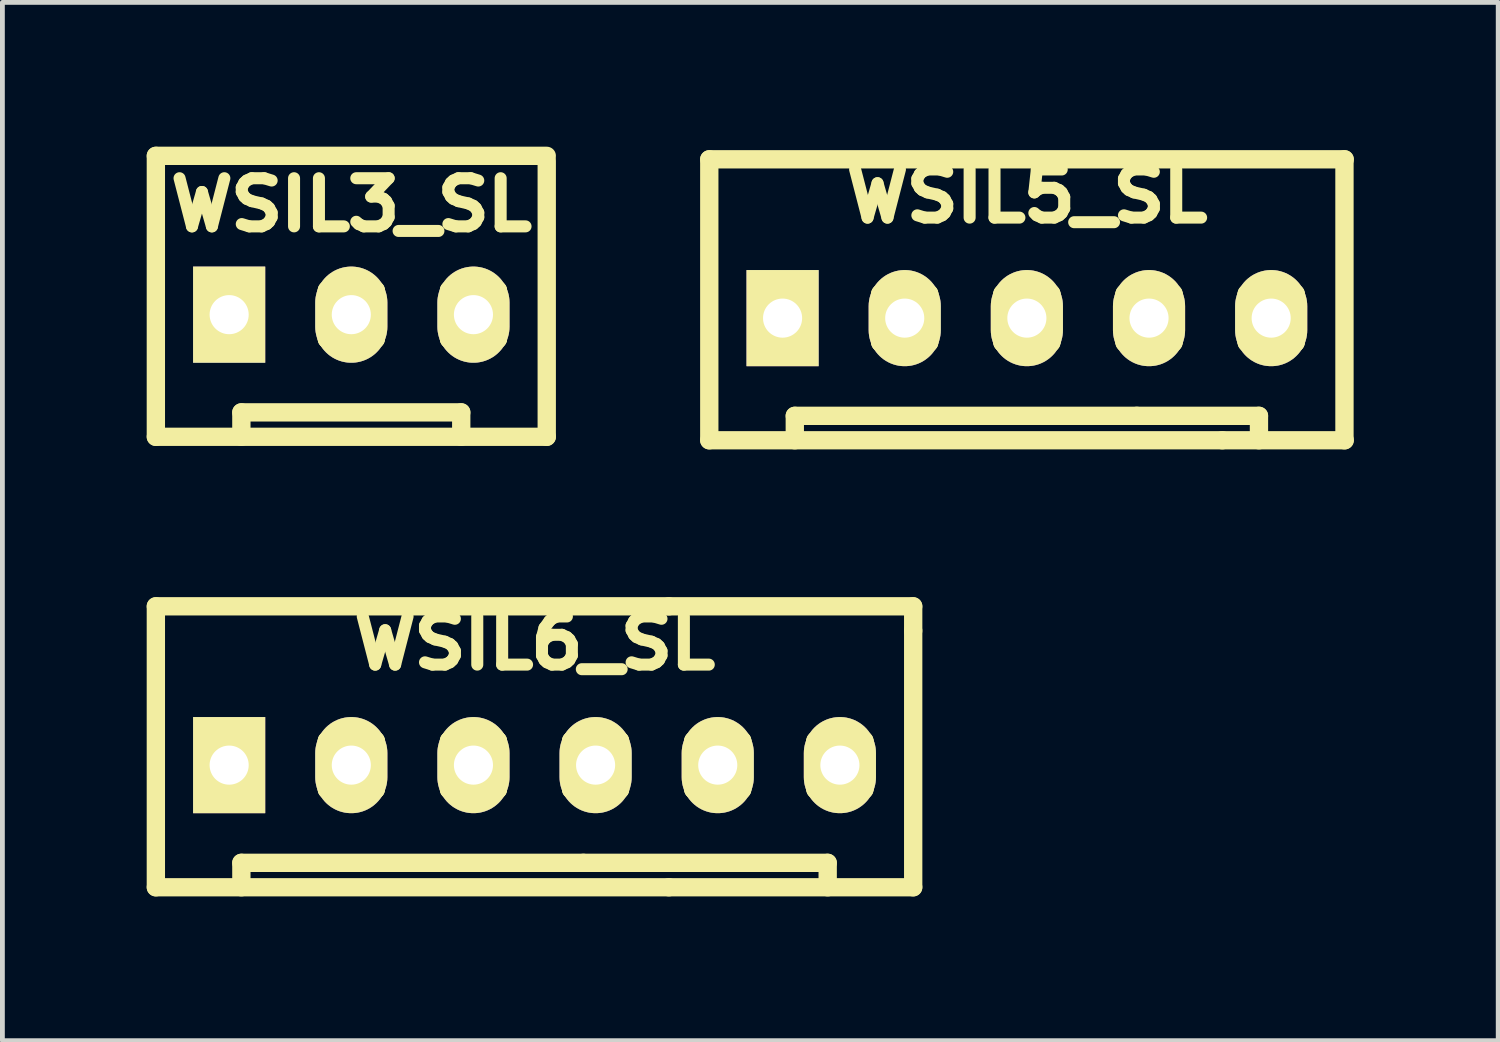
<source format=kicad_pcb>
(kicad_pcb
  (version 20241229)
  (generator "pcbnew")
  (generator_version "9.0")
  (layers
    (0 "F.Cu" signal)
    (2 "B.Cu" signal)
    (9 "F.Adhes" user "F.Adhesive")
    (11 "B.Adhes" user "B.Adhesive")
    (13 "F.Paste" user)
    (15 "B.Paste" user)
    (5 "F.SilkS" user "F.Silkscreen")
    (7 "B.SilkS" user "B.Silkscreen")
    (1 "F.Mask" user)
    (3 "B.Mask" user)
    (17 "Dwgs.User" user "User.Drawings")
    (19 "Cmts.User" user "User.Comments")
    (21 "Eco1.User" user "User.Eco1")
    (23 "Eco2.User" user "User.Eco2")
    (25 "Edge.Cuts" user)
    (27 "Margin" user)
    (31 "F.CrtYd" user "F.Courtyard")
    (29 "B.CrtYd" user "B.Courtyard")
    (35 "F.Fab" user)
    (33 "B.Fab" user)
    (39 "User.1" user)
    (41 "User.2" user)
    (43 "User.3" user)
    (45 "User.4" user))
  (footprint "WSIL5_SL"
    (layer "F.Cu")
    (at 18.303 3.565)
    (property "Reference" "WSIL5_SL" (at 0 -2.54 0) (layer "F.SilkS") (effects (font (size 1.001 1.087) (thickness 0.25))))
    (attr through_hole)
    (fp_line (start -6.604 -3.302) (end 6.61 -3.302) (stroke (width 0.381) (type solid)) (layer "F.SilkS"))
    (fp_line (start -6.604 2.54) (end -6.604 -3.302) (stroke (width 0.381) (type solid)) (layer "F.SilkS"))
    (fp_line (start -5.588 -0.508) (end -5.588 0.508) (stroke (width 0.381) (type solid)) (layer "F.SilkS"))
    (fp_line (start -5.588 0.508) (end -4.572 0.508) (stroke (width 0.381) (type solid)) (layer "F.SilkS"))
    (fp_line (start -4.826 2.032) (end 2.286 2.032) (stroke (width 0.381) (type solid)) (layer "F.SilkS"))
    (fp_line (start -4.826 2.54) (end -4.826 2.032) (stroke (width 0.381) (type solid)) (layer "F.SilkS"))
    (fp_line (start -4.572 -0.508) (end -5.588 -0.508) (stroke (width 0.381) (type solid)) (layer "F.SilkS"))
    (fp_line (start -4.572 0.508) (end -4.572 -0.508) (stroke (width 0.381) (type solid)) (layer "F.SilkS"))
    (fp_line (start -3.048 -0.508) (end -3.048 0.508) (stroke (width 0.381) (type solid)) (layer "F.SilkS"))
    (fp_line (start -3.048 -0.508) (end -2.032 -0.508) (stroke (width 0.381) (type solid)) (layer "F.SilkS"))
    (fp_line (start -2.032 -0.508) (end -2.032 0.508) (stroke (width 0.381) (type solid)) (layer "F.SilkS"))
    (fp_line (start -2.032 0.508) (end -3.048 0.508) (stroke (width 0.381) (type solid)) (layer "F.SilkS"))
    (fp_line (start -0.508 -0.508) (end -0.508 0.508) (stroke (width 0.381) (type solid)) (layer "F.SilkS"))
    (fp_line (start -0.508 0.508) (end 0.508 0.508) (stroke (width 0.381) (type solid)) (layer "F.SilkS"))
    (fp_line (start 0.508 -0.508) (end -0.508 -0.508) (stroke (width 0.381) (type solid)) (layer "F.SilkS"))
    (fp_line (start 0.508 0.508) (end 0.508 -0.508) (stroke (width 0.381) (type solid)) (layer "F.SilkS"))
    (fp_line (start 2.032 -0.508) (end 2.032 0.508) (stroke (width 0.381) (type solid)) (layer "F.SilkS"))
    (fp_line (start 2.032 0.508) (end 3.048 0.508) (stroke (width 0.381) (type solid)) (layer "F.SilkS"))
    (fp_line (start 2.286 2.032) (end 4.826 2.032) (stroke (width 0.381) (type solid)) (layer "F.SilkS"))
    (fp_line (start 3.048 -0.508) (end 2.032 -0.508) (stroke (width 0.381) (type solid)) (layer "F.SilkS"))
    (fp_line (start 3.048 0.508) (end 3.048 -0.508) (stroke (width 0.381) (type solid)) (layer "F.SilkS"))
    (fp_line (start 4.064 2.54) (end -6.604 2.54) (stroke (width 0.381) (type solid)) (layer "F.SilkS"))
    (fp_line (start 4.064 2.54) (end 6.61 2.54) (stroke (width 0.381) (type solid)) (layer "F.SilkS"))
    (fp_line (start 4.572 -0.508) (end 5.588 -0.508) (stroke (width 0.381) (type solid)) (layer "F.SilkS"))
    (fp_line (start 4.572 0.508) (end 4.572 -0.508) (stroke (width 0.381) (type solid)) (layer "F.SilkS"))
    (fp_line (start 4.826 2.032) (end 4.826 2.54) (stroke (width 0.381) (type solid)) (layer "F.SilkS"))
    (fp_line (start 5.588 -0.508) (end 5.588 0.508) (stroke (width 0.381) (type solid)) (layer "F.SilkS"))
    (fp_line (start 5.588 0.508) (end 4.572 0.508) (stroke (width 0.381) (type solid)) (layer "F.SilkS"))
    (fp_line (start 6.604 -3.302) (end 6.604 2.54) (stroke (width 0.381) (type solid)) (layer "F.SilkS"))
    (pad "1" thru_hole rect (at -5.08 0) (size 1.5 1.999) (drill 0.813) (layers "*.Cu" "*.Mask" "F.SilkS"))
    (pad "2" thru_hole oval (at -2.54 0) (size 1.5 1.999) (drill 0.813) (layers "*.Cu" "*.Mask" "F.SilkS"))
    (pad "3" thru_hole oval (at 0 0) (size 1.5 1.999) (drill 0.813) (layers "*.Cu" "*.Mask" "F.SilkS"))
    (pad "4" thru_hole oval (at 2.54 0) (size 1.5 1.999) (drill 0.813) (layers "*.Cu" "*.Mask" "F.SilkS"))
    (pad "5" thru_hole oval (at 5.08 0) (size 1.5 1.999) (drill 0.813) (layers "*.Cu" "*.Mask" "F.SilkS")))
  (footprint "WSIL3_SL"
    (layer "F.Cu")
    (at 4.255 3.493)
    (property "Reference" "WSIL3_SL" (at 0 -2.286 0) (layer "F.SilkS") (effects (font (size 1.001 1.087) (thickness 0.25))))
    (attr through_hole)
    (fp_line (start -4.064 -3.302) (end 4.064 -3.302) (stroke (width 0.381) (type solid)) (layer "F.SilkS"))
    (fp_line (start -4.064 2.54) (end -4.064 -3.302) (stroke (width 0.381) (type solid)) (layer "F.SilkS"))
    (fp_line (start -3.048 -0.508) (end -3.048 0.508) (stroke (width 0.381) (type solid)) (layer "F.SilkS"))
    (fp_line (start -3.048 0.508) (end -2.032 0.508) (stroke (width 0.381) (type solid)) (layer "F.SilkS"))
    (fp_line (start -2.286 2.032) (end 2.286 2.032) (stroke (width 0.381) (type solid)) (layer "F.SilkS"))
    (fp_line (start -2.286 2.54) (end -2.286 2.032) (stroke (width 0.381) (type solid)) (layer "F.SilkS"))
    (fp_line (start -2.032 -0.508) (end -3.048 -0.508) (stroke (width 0.381) (type solid)) (layer "F.SilkS"))
    (fp_line (start -2.032 0.508) (end -2.032 -0.508) (stroke (width 0.381) (type solid)) (layer "F.SilkS"))
    (fp_line (start -0.508 -0.508) (end -0.508 0.508) (stroke (width 0.381) (type solid)) (layer "F.SilkS"))
    (fp_line (start -0.508 -0.508) (end 0.508 -0.508) (stroke (width 0.381) (type solid)) (layer "F.SilkS"))
    (fp_line (start 0.508 -0.508) (end 0.508 0.508) (stroke (width 0.381) (type solid)) (layer "F.SilkS"))
    (fp_line (start 0.508 0.508) (end -0.508 0.508) (stroke (width 0.381) (type solid)) (layer "F.SilkS"))
    (fp_line (start 2.032 -0.508) (end 2.032 0.508) (stroke (width 0.381) (type solid)) (layer "F.SilkS"))
    (fp_line (start 2.032 0.508) (end 3.048 0.508) (stroke (width 0.381) (type solid)) (layer "F.SilkS"))
    (fp_line (start 2.286 2.032) (end 2.286 2.54) (stroke (width 0.381) (type solid)) (layer "F.SilkS"))
    (fp_line (start 3.048 -0.508) (end 2.032 -0.508) (stroke (width 0.381) (type solid)) (layer "F.SilkS"))
    (fp_line (start 3.048 0.508) (end 3.048 -0.508) (stroke (width 0.381) (type solid)) (layer "F.SilkS"))
    (fp_line (start 4.064 -3.2) (end 4.064 2.54) (stroke (width 0.381) (type solid)) (layer "F.SilkS"))
    (fp_line (start 4.064 2.54) (end -4.064 2.54) (stroke (width 0.381) (type solid)) (layer "F.SilkS"))
    (pad "1" thru_hole rect (at -2.54 0) (size 1.5 1.999) (drill 0.813) (layers "*.Cu" "*.Mask" "F.SilkS"))
    (pad "2" thru_hole oval (at 0 0) (size 1.5 1.999) (drill 0.813) (layers "*.Cu" "*.Mask" "F.SilkS"))
    (pad "3" thru_hole oval (at 2.54 0) (size 1.5 1.999) (drill 0.813) (layers "*.Cu" "*.Mask" "F.SilkS")))
  (footprint "WSIL6_SL"
    (layer "F.Cu")
    (at 8.065 12.86)
    (property "Reference" "WSIL6_SL" (at 0 -2.54 0) (layer "F.SilkS") (effects (font (size 1.001 1.087) (thickness 0.251))))
    (attr through_hole)
    (fp_line (start -7.874 -3.302) (end 2.794 -3.302) (stroke (width 0.381) (type solid)) (layer "F.SilkS"))
    (fp_line (start -7.874 2.54) (end -7.874 -3.302) (stroke (width 0.381) (type solid)) (layer "F.SilkS"))
    (fp_line (start -6.858 -0.508) (end -6.858 0.508) (stroke (width 0.381) (type solid)) (layer "F.SilkS"))
    (fp_line (start -6.858 0.508) (end -5.842 0.508) (stroke (width 0.381) (type solid)) (layer "F.SilkS"))
    (fp_line (start -6.096 2.032) (end 1.016 2.032) (stroke (width 0.381) (type solid)) (layer "F.SilkS"))
    (fp_line (start -6.096 2.54) (end -6.096 2.032) (stroke (width 0.381) (type solid)) (layer "F.SilkS"))
    (fp_line (start -5.842 -0.508) (end -6.858 -0.508) (stroke (width 0.381) (type solid)) (layer "F.SilkS"))
    (fp_line (start -5.842 0.508) (end -5.842 -0.508) (stroke (width 0.381) (type solid)) (layer "F.SilkS"))
    (fp_line (start -4.318 -0.508) (end -4.318 0.508) (stroke (width 0.381) (type solid)) (layer "F.SilkS"))
    (fp_line (start -4.318 -0.508) (end -3.302 -0.508) (stroke (width 0.381) (type solid)) (layer "F.SilkS"))
    (fp_line (start -3.302 -0.508) (end -3.302 0.508) (stroke (width 0.381) (type solid)) (layer "F.SilkS"))
    (fp_line (start -3.302 0.508) (end -4.318 0.508) (stroke (width 0.381) (type solid)) (layer "F.SilkS"))
    (fp_line (start -1.778 -0.508) (end -1.778 0.508) (stroke (width 0.381) (type solid)) (layer "F.SilkS"))
    (fp_line (start -1.778 0.508) (end -0.762 0.508) (stroke (width 0.381) (type solid)) (layer "F.SilkS"))
    (fp_line (start -0.762 -0.508) (end -1.778 -0.508) (stroke (width 0.381) (type solid)) (layer "F.SilkS"))
    (fp_line (start -0.762 0.508) (end -0.762 -0.508) (stroke (width 0.381) (type solid)) (layer "F.SilkS"))
    (fp_line (start 0.762 -0.508) (end 0.762 0.508) (stroke (width 0.381) (type solid)) (layer "F.SilkS"))
    (fp_line (start 0.762 0.508) (end 1.778 0.508) (stroke (width 0.381) (type solid)) (layer "F.SilkS"))
    (fp_line (start 1.016 2.032) (end 6.096 2.032) (stroke (width 0.381) (type solid)) (layer "F.SilkS"))
    (fp_line (start 1.778 -0.508) (end 0.762 -0.508) (stroke (width 0.381) (type solid)) (layer "F.SilkS"))
    (fp_line (start 1.778 0.508) (end 1.778 -0.508) (stroke (width 0.381) (type solid)) (layer "F.SilkS"))
    (fp_line (start 2.794 -3.302) (end 7.874 -3.302) (stroke (width 0.381) (type solid)) (layer "F.SilkS"))
    (fp_line (start 2.794 2.54) (end -7.874 2.54) (stroke (width 0.381) (type solid)) (layer "F.SilkS"))
    (fp_line (start 2.794 2.54) (end 7.874 2.54) (stroke (width 0.381) (type solid)) (layer "F.SilkS"))
    (fp_line (start 3.302 -0.508) (end 4.318 -0.508) (stroke (width 0.381) (type solid)) (layer "F.SilkS"))
    (fp_line (start 3.302 0.508) (end 3.302 -0.508) (stroke (width 0.381) (type solid)) (layer "F.SilkS"))
    (fp_line (start 4.318 -0.508) (end 4.318 0.508) (stroke (width 0.381) (type solid)) (layer "F.SilkS"))
    (fp_line (start 4.318 0.508) (end 3.302 0.508) (stroke (width 0.381) (type solid)) (layer "F.SilkS"))
    (fp_line (start 5.842 -0.508) (end 5.842 0.508) (stroke (width 0.381) (type solid)) (layer "F.SilkS"))
    (fp_line (start 5.842 0.508) (end 6.858 0.508) (stroke (width 0.381) (type solid)) (layer "F.SilkS"))
    (fp_line (start 6.096 2.032) (end 6.096 2.54) (stroke (width 0.381) (type solid)) (layer "F.SilkS"))
    (fp_line (start 6.858 -0.508) (end 5.842 -0.508) (stroke (width 0.381) (type solid)) (layer "F.SilkS"))
    (fp_line (start 6.858 0.508) (end 6.858 -0.508) (stroke (width 0.381) (type solid)) (layer "F.SilkS"))
    (fp_line (start 7.874 -3.302) (end 7.874 -2.794) (stroke (width 0.381) (type solid)) (layer "F.SilkS"))
    (fp_line (start 7.874 -2.794) (end 7.874 2.54) (stroke (width 0.381) (type solid)) (layer "F.SilkS"))
    (pad "1" thru_hole rect (at -6.35 0) (size 1.5 1.999) (drill 0.813) (layers "*.Cu" "*.Mask" "F.SilkS"))
    (pad "2" thru_hole oval (at -3.81 0) (size 1.5 1.999) (drill 0.813) (layers "*.Cu" "*.Mask" "F.SilkS"))
    (pad "3" thru_hole oval (at -1.27 0) (size 1.5 1.999) (drill 0.813) (layers "*.Cu" "*.Mask" "F.SilkS"))
    (pad "4" thru_hole oval (at 1.27 0) (size 1.5 1.999) (drill 0.813) (layers "*.Cu" "*.Mask" "F.SilkS"))
    (pad "5" thru_hole oval (at 3.81 0) (size 1.5 1.999) (drill 0.813) (layers "*.Cu" "*.Mask" "F.SilkS"))
    (pad "6" thru_hole oval (at 6.35 0) (size 1.5 1.999) (drill 0.813) (layers "*.Cu" "*.Mask" "F.SilkS")))
  (gr_rect
    (start -3 -3)
    (end 28.104 18.59)
    (stroke (width 0.1) (type default))
    (fill no)
    (layer "Edge.Cuts")))
</source>
